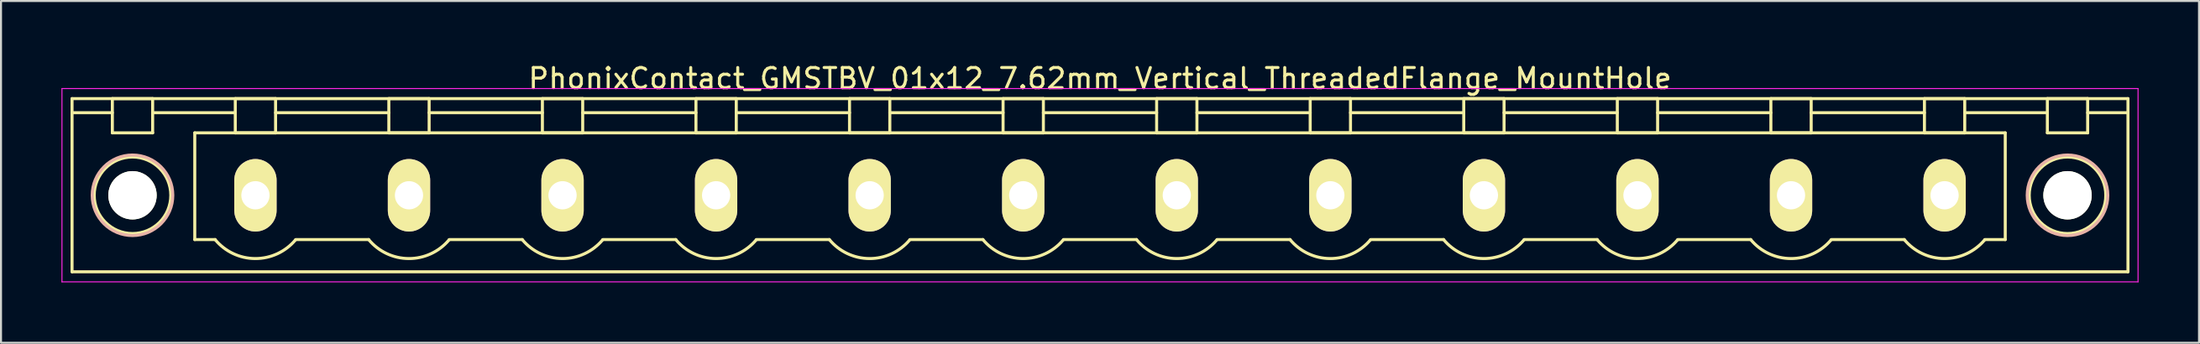
<source format=kicad_pcb>
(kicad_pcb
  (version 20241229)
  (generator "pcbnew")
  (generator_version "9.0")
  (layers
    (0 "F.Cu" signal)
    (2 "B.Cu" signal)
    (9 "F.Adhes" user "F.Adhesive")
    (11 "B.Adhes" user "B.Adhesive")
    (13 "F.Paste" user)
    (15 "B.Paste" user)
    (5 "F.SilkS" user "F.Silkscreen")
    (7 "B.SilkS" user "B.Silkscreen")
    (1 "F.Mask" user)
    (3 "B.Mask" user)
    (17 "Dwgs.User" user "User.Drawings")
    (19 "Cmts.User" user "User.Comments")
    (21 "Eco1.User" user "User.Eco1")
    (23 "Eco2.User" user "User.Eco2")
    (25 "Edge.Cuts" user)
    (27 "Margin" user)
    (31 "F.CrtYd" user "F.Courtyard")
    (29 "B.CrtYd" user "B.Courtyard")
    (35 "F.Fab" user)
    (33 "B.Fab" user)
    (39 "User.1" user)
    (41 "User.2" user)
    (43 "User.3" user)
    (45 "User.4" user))
  (footprint "PhonixContact_GMSTBV_01x12_7.62mm_Vertical_ThreadedFlange_MountHole"
    (layer "F.Cu")
    (at 9.625 6.648)
    (property "Reference" "PhonixContact_GMSTBV_01x12_7.62mm_Vertical_ThreadedFlange_MountHole" (at 41.91 -5.8 0) (layer "F.SilkS") (effects (font (size 1 1) (thickness 0.15))))
    (attr through_hole)
    (fp_line (start -9.1 -4.8) (end -9.1 3.8) (stroke (width 0.15) (type solid)) (layer "F.SilkS"))
    (fp_line (start -9.1 -4.1) (end -7.1 -4.1) (stroke (width 0.15) (type solid)) (layer "F.SilkS"))
    (fp_line (start -9.1 3.8) (end 92.92 3.8) (stroke (width 0.15) (type solid)) (layer "F.SilkS"))
    (fp_line (start -7.1 -4.8) (end -5.1 -4.8) (stroke (width 0.15) (type solid)) (layer "F.SilkS"))
    (fp_line (start -7.1 -3.1) (end -7.1 -4.8) (stroke (width 0.15) (type solid)) (layer "F.SilkS"))
    (fp_line (start -5.1 -4.8) (end -5.1 -3.1) (stroke (width 0.15) (type solid)) (layer "F.SilkS"))
    (fp_line (start -5.1 -4.1) (end -1 -4.1) (stroke (width 0.15) (type solid)) (layer "F.SilkS"))
    (fp_line (start -5.1 -3.1) (end -7.1 -3.1) (stroke (width 0.15) (type solid)) (layer "F.SilkS"))
    (fp_line (start -3.01 -3.1) (end 86.83 -3.1) (stroke (width 0.15) (type solid)) (layer "F.SilkS"))
    (fp_line (start -3.01 2.2) (end -3.01 -3.1) (stroke (width 0.15) (type solid)) (layer "F.SilkS"))
    (fp_line (start -2 2.2) (end -3.01 2.2) (stroke (width 0.15) (type solid)) (layer "F.SilkS"))
    (fp_line (start -1 -4.8) (end 1 -4.8) (stroke (width 0.15) (type solid)) (layer "F.SilkS"))
    (fp_line (start -1 -3.1) (end -1 -4.8) (stroke (width 0.15) (type solid)) (layer "F.SilkS"))
    (fp_line (start 1 -4.8) (end 1 -3.1) (stroke (width 0.15) (type solid)) (layer "F.SilkS"))
    (fp_line (start 1 -4.1) (end 6.62 -4.1) (stroke (width 0.15) (type solid)) (layer "F.SilkS"))
    (fp_line (start 1 -3.1) (end -1 -3.1) (stroke (width 0.15) (type solid)) (layer "F.SilkS"))
    (fp_line (start 2 2.2) (end 5.62 2.2) (stroke (width 0.15) (type solid)) (layer "F.SilkS"))
    (fp_line (start 6.62 -4.8) (end 8.62 -4.8) (stroke (width 0.15) (type solid)) (layer "F.SilkS"))
    (fp_line (start 6.62 -3.1) (end 6.62 -4.8) (stroke (width 0.15) (type solid)) (layer "F.SilkS"))
    (fp_line (start 8.62 -4.8) (end 8.62 -3.1) (stroke (width 0.15) (type solid)) (layer "F.SilkS"))
    (fp_line (start 8.62 -4.1) (end 14.24 -4.1) (stroke (width 0.15) (type solid)) (layer "F.SilkS"))
    (fp_line (start 8.62 -3.1) (end 6.62 -3.1) (stroke (width 0.15) (type solid)) (layer "F.SilkS"))
    (fp_line (start 9.62 2.2) (end 13.24 2.2) (stroke (width 0.15) (type solid)) (layer "F.SilkS"))
    (fp_line (start 14.24 -4.8) (end 16.24 -4.8) (stroke (width 0.15) (type solid)) (layer "F.SilkS"))
    (fp_line (start 14.24 -3.1) (end 14.24 -4.8) (stroke (width 0.15) (type solid)) (layer "F.SilkS"))
    (fp_line (start 16.24 -4.8) (end 16.24 -3.1) (stroke (width 0.15) (type solid)) (layer "F.SilkS"))
    (fp_line (start 16.24 -4.1) (end 21.86 -4.1) (stroke (width 0.15) (type solid)) (layer "F.SilkS"))
    (fp_line (start 16.24 -3.1) (end 14.24 -3.1) (stroke (width 0.15) (type solid)) (layer "F.SilkS"))
    (fp_line (start 17.24 2.2) (end 20.86 2.2) (stroke (width 0.15) (type solid)) (layer "F.SilkS"))
    (fp_line (start 21.86 -4.8) (end 23.86 -4.8) (stroke (width 0.15) (type solid)) (layer "F.SilkS"))
    (fp_line (start 21.86 -3.1) (end 21.86 -4.8) (stroke (width 0.15) (type solid)) (layer "F.SilkS"))
    (fp_line (start 23.86 -4.8) (end 23.86 -3.1) (stroke (width 0.15) (type solid)) (layer "F.SilkS"))
    (fp_line (start 23.86 -4.1) (end 29.48 -4.1) (stroke (width 0.15) (type solid)) (layer "F.SilkS"))
    (fp_line (start 23.86 -3.1) (end 21.86 -3.1) (stroke (width 0.15) (type solid)) (layer "F.SilkS"))
    (fp_line (start 24.86 2.2) (end 28.48 2.2) (stroke (width 0.15) (type solid)) (layer "F.SilkS"))
    (fp_line (start 29.48 -4.8) (end 31.48 -4.8) (stroke (width 0.15) (type solid)) (layer "F.SilkS"))
    (fp_line (start 29.48 -3.1) (end 29.48 -4.8) (stroke (width 0.15) (type solid)) (layer "F.SilkS"))
    (fp_line (start 31.48 -4.8) (end 31.48 -3.1) (stroke (width 0.15) (type solid)) (layer "F.SilkS"))
    (fp_line (start 31.48 -4.1) (end 37.1 -4.1) (stroke (width 0.15) (type solid)) (layer "F.SilkS"))
    (fp_line (start 31.48 -3.1) (end 29.48 -3.1) (stroke (width 0.15) (type solid)) (layer "F.SilkS"))
    (fp_line (start 32.48 2.2) (end 36.1 2.2) (stroke (width 0.15) (type solid)) (layer "F.SilkS"))
    (fp_line (start 37.1 -4.8) (end 39.1 -4.8) (stroke (width 0.15) (type solid)) (layer "F.SilkS"))
    (fp_line (start 37.1 -3.1) (end 37.1 -4.8) (stroke (width 0.15) (type solid)) (layer "F.SilkS"))
    (fp_line (start 39.1 -4.8) (end 39.1 -3.1) (stroke (width 0.15) (type solid)) (layer "F.SilkS"))
    (fp_line (start 39.1 -4.1) (end 44.72 -4.1) (stroke (width 0.15) (type solid)) (layer "F.SilkS"))
    (fp_line (start 39.1 -3.1) (end 37.1 -3.1) (stroke (width 0.15) (type solid)) (layer "F.SilkS"))
    (fp_line (start 40.1 2.2) (end 43.72 2.2) (stroke (width 0.15) (type solid)) (layer "F.SilkS"))
    (fp_line (start 44.72 -4.8) (end 46.72 -4.8) (stroke (width 0.15) (type solid)) (layer "F.SilkS"))
    (fp_line (start 44.72 -3.1) (end 44.72 -4.8) (stroke (width 0.15) (type solid)) (layer "F.SilkS"))
    (fp_line (start 46.72 -4.8) (end 46.72 -3.1) (stroke (width 0.15) (type solid)) (layer "F.SilkS"))
    (fp_line (start 46.72 -4.1) (end 52.34 -4.1) (stroke (width 0.15) (type solid)) (layer "F.SilkS"))
    (fp_line (start 46.72 -3.1) (end 44.72 -3.1) (stroke (width 0.15) (type solid)) (layer "F.SilkS"))
    (fp_line (start 47.72 2.2) (end 51.34 2.2) (stroke (width 0.15) (type solid)) (layer "F.SilkS"))
    (fp_line (start 52.34 -4.8) (end 54.34 -4.8) (stroke (width 0.15) (type solid)) (layer "F.SilkS"))
    (fp_line (start 52.34 -3.1) (end 52.34 -4.8) (stroke (width 0.15) (type solid)) (layer "F.SilkS"))
    (fp_line (start 54.34 -4.8) (end 54.34 -3.1) (stroke (width 0.15) (type solid)) (layer "F.SilkS"))
    (fp_line (start 54.34 -4.1) (end 59.96 -4.1) (stroke (width 0.15) (type solid)) (layer "F.SilkS"))
    (fp_line (start 54.34 -3.1) (end 52.34 -3.1) (stroke (width 0.15) (type solid)) (layer "F.SilkS"))
    (fp_line (start 55.34 2.2) (end 58.96 2.2) (stroke (width 0.15) (type solid)) (layer "F.SilkS"))
    (fp_line (start 59.96 -4.8) (end 61.96 -4.8) (stroke (width 0.15) (type solid)) (layer "F.SilkS"))
    (fp_line (start 59.96 -3.1) (end 59.96 -4.8) (stroke (width 0.15) (type solid)) (layer "F.SilkS"))
    (fp_line (start 61.96 -4.8) (end 61.96 -3.1) (stroke (width 0.15) (type solid)) (layer "F.SilkS"))
    (fp_line (start 61.96 -4.1) (end 67.58 -4.1) (stroke (width 0.15) (type solid)) (layer "F.SilkS"))
    (fp_line (start 61.96 -3.1) (end 59.96 -3.1) (stroke (width 0.15) (type solid)) (layer "F.SilkS"))
    (fp_line (start 62.96 2.2) (end 66.58 2.2) (stroke (width 0.15) (type solid)) (layer "F.SilkS"))
    (fp_line (start 67.58 -4.8) (end 69.58 -4.8) (stroke (width 0.15) (type solid)) (layer "F.SilkS"))
    (fp_line (start 67.58 -3.1) (end 67.58 -4.8) (stroke (width 0.15) (type solid)) (layer "F.SilkS"))
    (fp_line (start 69.58 -4.8) (end 69.58 -3.1) (stroke (width 0.15) (type solid)) (layer "F.SilkS"))
    (fp_line (start 69.58 -4.1) (end 75.2 -4.1) (stroke (width 0.15) (type solid)) (layer "F.SilkS"))
    (fp_line (start 69.58 -3.1) (end 67.58 -3.1) (stroke (width 0.15) (type solid)) (layer "F.SilkS"))
    (fp_line (start 70.58 2.2) (end 74.2 2.2) (stroke (width 0.15) (type solid)) (layer "F.SilkS"))
    (fp_line (start 75.2 -4.8) (end 77.2 -4.8) (stroke (width 0.15) (type solid)) (layer "F.SilkS"))
    (fp_line (start 75.2 -3.1) (end 75.2 -4.8) (stroke (width 0.15) (type solid)) (layer "F.SilkS"))
    (fp_line (start 77.2 -4.8) (end 77.2 -3.1) (stroke (width 0.15) (type solid)) (layer "F.SilkS"))
    (fp_line (start 77.2 -4.1) (end 82.82 -4.1) (stroke (width 0.15) (type solid)) (layer "F.SilkS"))
    (fp_line (start 77.2 -3.1) (end 75.2 -3.1) (stroke (width 0.15) (type solid)) (layer "F.SilkS"))
    (fp_line (start 78.2 2.2) (end 81.82 2.2) (stroke (width 0.15) (type solid)) (layer "F.SilkS"))
    (fp_line (start 82.82 -4.8) (end 84.82 -4.8) (stroke (width 0.15) (type solid)) (layer "F.SilkS"))
    (fp_line (start 82.82 -3.1) (end 82.82 -4.8) (stroke (width 0.15) (type solid)) (layer "F.SilkS"))
    (fp_line (start 84.82 -4.8) (end 84.82 -3.1) (stroke (width 0.15) (type solid)) (layer "F.SilkS"))
    (fp_line (start 84.82 -4.1) (end 88.92 -4.1) (stroke (width 0.15) (type solid)) (layer "F.SilkS"))
    (fp_line (start 84.82 -3.1) (end 82.82 -3.1) (stroke (width 0.15) (type solid)) (layer "F.SilkS"))
    (fp_line (start 86.83 -3.1) (end 86.83 2.2) (stroke (width 0.15) (type solid)) (layer "F.SilkS"))
    (fp_line (start 86.83 2.2) (end 85.82 2.2) (stroke (width 0.15) (type solid)) (layer "F.SilkS"))
    (fp_line (start 88.92 -4.8) (end 90.92 -4.8) (stroke (width 0.15) (type solid)) (layer "F.SilkS"))
    (fp_line (start 88.92 -3.1) (end 88.92 -4.8) (stroke (width 0.15) (type solid)) (layer "F.SilkS"))
    (fp_line (start 90.92 -4.8) (end 90.92 -3.1) (stroke (width 0.15) (type solid)) (layer "F.SilkS"))
    (fp_line (start 90.92 -3.1) (end 88.92 -3.1) (stroke (width 0.15) (type solid)) (layer "F.SilkS"))
    (fp_line (start 92.92 -4.8) (end -9.1 -4.8) (stroke (width 0.15) (type solid)) (layer "F.SilkS"))
    (fp_line (start 92.92 -4.1) (end 90.92 -4.1) (stroke (width 0.15) (type solid)) (layer "F.SilkS"))
    (fp_line (start 92.92 3.8) (end 92.92 -4.8) (stroke (width 0.15) (type solid)) (layer "F.SilkS"))
    (fp_arc (start 1.986842 2.215821) (mid -0.010289 3.142758) (end -2 2.2) (stroke (width 0.15) (type solid)) (layer "F.SilkS"))
    (fp_arc (start 9.606842 2.215821) (mid 7.609711 3.142758) (end 5.62 2.2) (stroke (width 0.15) (type solid)) (layer "F.SilkS"))
    (fp_arc (start 17.226842 2.215821) (mid 15.229711 3.142758) (end 13.24 2.2) (stroke (width 0.15) (type solid)) (layer "F.SilkS"))
    (fp_arc (start 24.846842 2.215821) (mid 22.849711 3.142758) (end 20.86 2.2) (stroke (width 0.15) (type solid)) (layer "F.SilkS"))
    (fp_arc (start 32.466842 2.215821) (mid 30.469711 3.142758) (end 28.48 2.2) (stroke (width 0.15) (type solid)) (layer "F.SilkS"))
    (fp_arc (start 40.086842 2.215821) (mid 38.089711 3.142758) (end 36.1 2.2) (stroke (width 0.15) (type solid)) (layer "F.SilkS"))
    (fp_arc (start 47.706842 2.215821) (mid 45.709711 3.142758) (end 43.72 2.2) (stroke (width 0.15) (type solid)) (layer "F.SilkS"))
    (fp_arc (start 55.326842 2.215821) (mid 53.329711 3.142758) (end 51.34 2.2) (stroke (width 0.15) (type solid)) (layer "F.SilkS"))
    (fp_arc (start 62.946842 2.215821) (mid 60.949711 3.142758) (end 58.96 2.2) (stroke (width 0.15) (type solid)) (layer "F.SilkS"))
    (fp_arc (start 70.566842 2.215821) (mid 68.569711 3.142758) (end 66.58 2.2) (stroke (width 0.15) (type solid)) (layer "F.SilkS"))
    (fp_arc (start 78.186842 2.215821) (mid 76.189711 3.142758) (end 74.2 2.2) (stroke (width 0.15) (type solid)) (layer "F.SilkS"))
    (fp_arc (start 85.806842 2.215821) (mid 83.809711 3.142758) (end 81.82 2.2) (stroke (width 0.15) (type solid)) (layer "F.SilkS"))
    (fp_circle (center -6.1 0) (end -5.1 0) (stroke (width 0.15) (type solid)) (fill no) (layer "F.SilkS"))
    (fp_circle (center -6.1 0) (end -4.2 0) (stroke (width 0.15) (type solid)) (fill no) (layer "F.SilkS"))
    (fp_circle (center 89.92 0) (end 90.92 0) (stroke (width 0.15) (type solid)) (fill no) (layer "F.SilkS"))
    (fp_circle (center 89.92 0) (end 91.82 0) (stroke (width 0.15) (type solid)) (fill no) (layer "F.SilkS"))
    (fp_circle (center -6.1 0) (end -4.1 0) (stroke (width 0.15) (type solid)) (fill no) (layer "B.SilkS"))
    (fp_circle (center 89.92 0) (end 91.92 0) (stroke (width 0.15) (type solid)) (fill no) (layer "B.SilkS"))
    (fp_line (start -9.6 -5.3) (end -9.6 4.3) (stroke (width 0.05) (type solid)) (layer "F.CrtYd"))
    (fp_line (start -9.6 4.3) (end 93.42 4.3) (stroke (width 0.05) (type solid)) (layer "F.CrtYd"))
    (fp_line (start 93.42 -5.3) (end -9.6 -5.3) (stroke (width 0.05) (type solid)) (layer "F.CrtYd"))
    (fp_line (start 93.42 4.3) (end 93.42 -5.3) (stroke (width 0.05) (type solid)) (layer "F.CrtYd"))
    (pad "" np_thru_hole circle (at -6.1 0) (size 2.4 2.4) (drill 2.4) (layers "*.Cu" "*.Mask" "F.SilkS"))
    (pad "" np_thru_hole circle (at 89.92 0) (size 2.4 2.4) (drill 2.4) (layers "*.Cu" "*.Mask" "F.SilkS"))
    (pad "1" thru_hole oval (at 0 0) (size 2.1 3.6) (drill 1.4) (layers "*.Cu" "*.Mask" "F.SilkS"))
    (pad "2" thru_hole oval (at 7.62 0) (size 2.1 3.6) (drill 1.4) (layers "*.Cu" "*.Mask" "F.SilkS"))
    (pad "3" thru_hole oval (at 15.24 0) (size 2.1 3.6) (drill 1.4) (layers "*.Cu" "*.Mask" "F.SilkS"))
    (pad "4" thru_hole oval (at 22.86 0) (size 2.1 3.6) (drill 1.4) (layers "*.Cu" "*.Mask" "F.SilkS"))
    (pad "5" thru_hole oval (at 30.48 0) (size 2.1 3.6) (drill 1.4) (layers "*.Cu" "*.Mask" "F.SilkS"))
    (pad "6" thru_hole oval (at 38.1 0) (size 2.1 3.6) (drill 1.4) (layers "*.Cu" "*.Mask" "F.SilkS"))
    (pad "7" thru_hole oval (at 45.72 0) (size 2.1 3.6) (drill 1.4) (layers "*.Cu" "*.Mask" "F.SilkS"))
    (pad "8" thru_hole oval (at 53.34 0) (size 2.1 3.6) (drill 1.4) (layers "*.Cu" "*.Mask" "F.SilkS"))
    (pad "9" thru_hole oval (at 60.96 0) (size 2.1 3.6) (drill 1.4) (layers "*.Cu" "*.Mask" "F.SilkS"))
    (pad "10" thru_hole oval (at 68.58 0) (size 2.1 3.6) (drill 1.4) (layers "*.Cu" "*.Mask" "F.SilkS"))
    (pad "11" thru_hole oval (at 76.2 0) (size 2.1 3.6) (drill 1.4) (layers "*.Cu" "*.Mask" "F.SilkS"))
    (pad "12" thru_hole oval (at 83.82 0) (size 2.1 3.6) (drill 1.4) (layers "*.Cu" "*.Mask" "F.SilkS")))
  (gr_rect
    (start -3 -3)
    (end 106.07 13.973)
    (stroke (width 0.1) (type default))
    (fill no)
    (layer "Edge.Cuts")))
</source>
